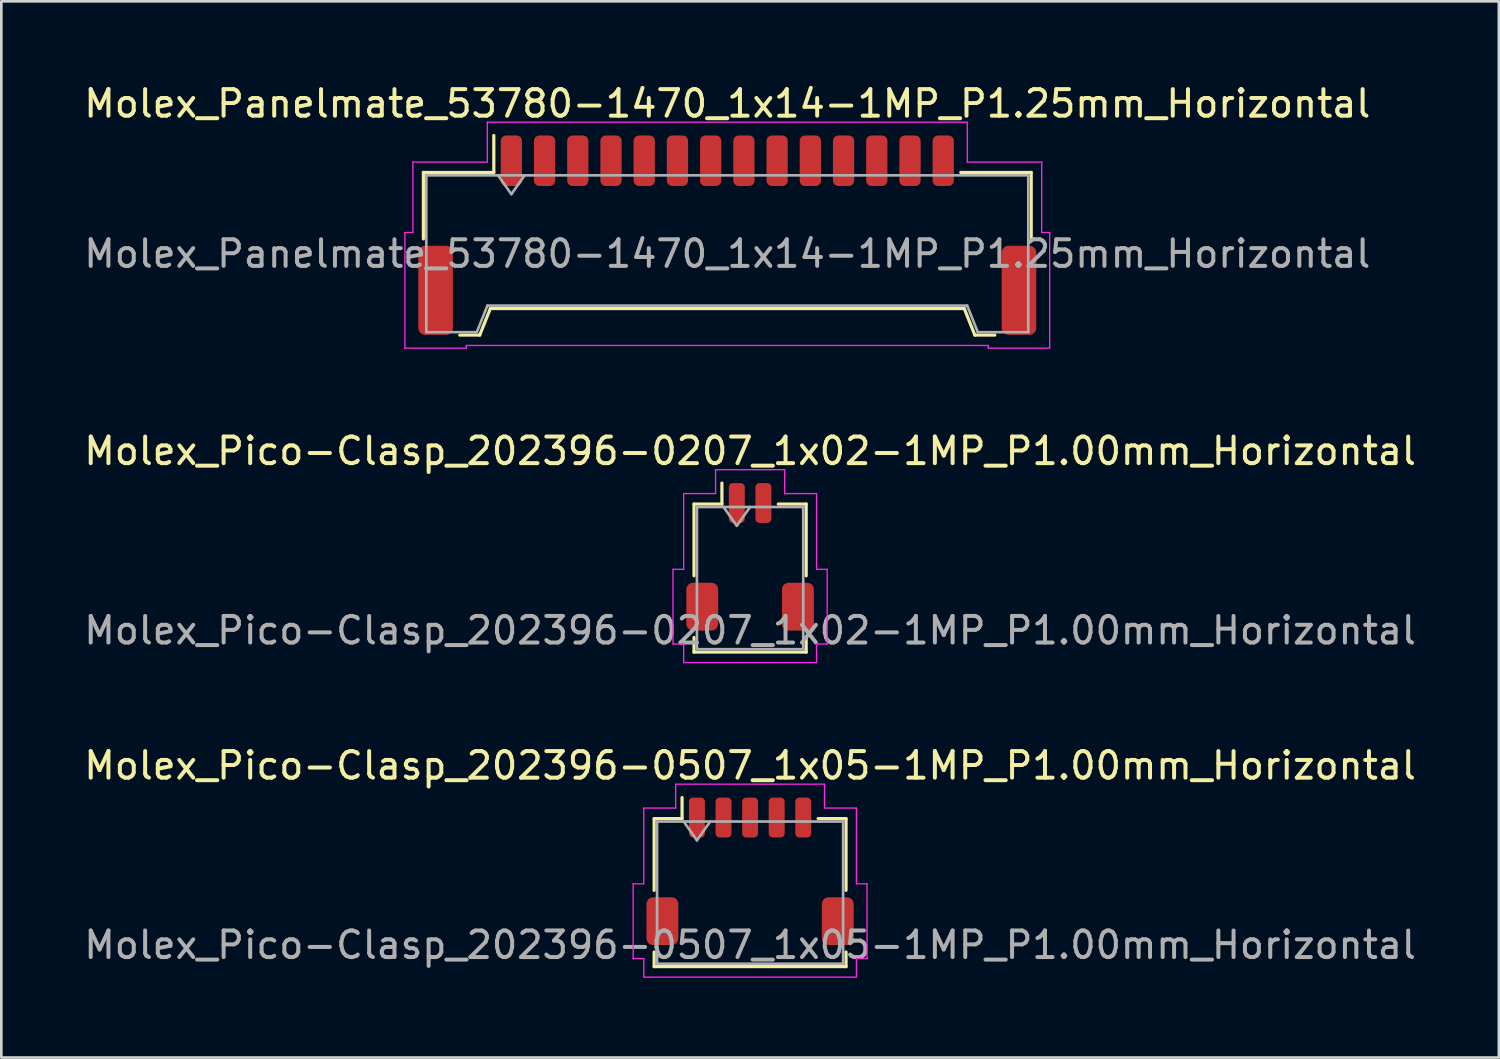
<source format=kicad_pcb>
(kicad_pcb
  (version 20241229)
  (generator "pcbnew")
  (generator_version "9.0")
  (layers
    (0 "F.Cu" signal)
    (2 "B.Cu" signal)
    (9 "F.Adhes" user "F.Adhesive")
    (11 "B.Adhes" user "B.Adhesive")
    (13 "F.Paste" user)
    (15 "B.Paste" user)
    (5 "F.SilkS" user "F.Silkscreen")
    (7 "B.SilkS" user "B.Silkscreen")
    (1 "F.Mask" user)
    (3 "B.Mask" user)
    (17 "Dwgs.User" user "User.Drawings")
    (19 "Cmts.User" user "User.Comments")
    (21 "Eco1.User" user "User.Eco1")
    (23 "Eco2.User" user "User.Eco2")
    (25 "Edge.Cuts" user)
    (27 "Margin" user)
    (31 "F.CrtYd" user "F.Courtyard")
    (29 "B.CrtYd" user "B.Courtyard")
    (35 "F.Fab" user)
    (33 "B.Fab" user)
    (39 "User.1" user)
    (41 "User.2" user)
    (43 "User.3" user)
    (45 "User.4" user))
  (footprint "Molex_Panelmate_53780-1470_1x14-1MP_P1.25mm_Horizontal"
    (layer "F.Cu")
    (at 24.315 5.798)
    (property "Reference" "Molex_Panelmate_53780-1470_1x14-1MP_P1.25mm_Horizontal" (at 0 -4.95 0) (layer "F.SilkS") (effects (font (size 1 1) (thickness 0.15))))
    (attr smd)
    (fp_line (start -11.435 -2.36) (end -8.785 -2.36) (stroke (width 0.12) (type solid)) (layer "F.SilkS"))
    (fp_line (start -11.435 0.14) (end -11.435 -2.36) (stroke (width 0.12) (type solid)) (layer "F.SilkS"))
    (fp_line (start -10.065 3.76) (end -9.315 3.76) (stroke (width 0.12) (type solid)) (layer "F.SilkS"))
    (fp_line (start -9.315 3.76) (end -8.915 2.76) (stroke (width 0.12) (type solid)) (layer "F.SilkS"))
    (fp_line (start -8.915 2.76) (end 8.915 2.76) (stroke (width 0.12) (type solid)) (layer "F.SilkS"))
    (fp_line (start -8.785 -2.36) (end -8.785 -3.75) (stroke (width 0.12) (type solid)) (layer "F.SilkS"))
    (fp_line (start 8.915 2.76) (end 9.315 3.76) (stroke (width 0.12) (type solid)) (layer "F.SilkS"))
    (fp_line (start 9.315 3.76) (end 10.065 3.76) (stroke (width 0.12) (type solid)) (layer "F.SilkS"))
    (fp_line (start 11.435 -2.36) (end 8.785 -2.36) (stroke (width 0.12) (type solid)) (layer "F.SilkS"))
    (fp_line (start 11.435 0.14) (end 11.435 -2.36) (stroke (width 0.12) (type solid)) (layer "F.SilkS"))
    (fp_line (start -12.13 -0.1) (end -11.83 -0.1) (stroke (width 0.05) (type solid)) (layer "F.CrtYd"))
    (fp_line (start -12.13 4.25) (end -12.13 -0.1) (stroke (width 0.05) (type solid)) (layer "F.CrtYd"))
    (fp_line (start -11.83 -2.75) (end -9.03 -2.75) (stroke (width 0.05) (type solid)) (layer "F.CrtYd"))
    (fp_line (start -11.83 -0.1) (end -11.83 -2.75) (stroke (width 0.05) (type solid)) (layer "F.CrtYd"))
    (fp_line (start -9.82 4.15) (end -9.82 4.25) (stroke (width 0.05) (type solid)) (layer "F.CrtYd"))
    (fp_line (start -9.82 4.25) (end -12.13 4.25) (stroke (width 0.05) (type solid)) (layer "F.CrtYd"))
    (fp_line (start -9.03 -4.25) (end 9.03 -4.25) (stroke (width 0.05) (type solid)) (layer "F.CrtYd"))
    (fp_line (start -9.03 -2.75) (end -9.03 -4.25) (stroke (width 0.05) (type solid)) (layer "F.CrtYd"))
    (fp_line (start 9.03 -4.25) (end 9.03 -2.75) (stroke (width 0.05) (type solid)) (layer "F.CrtYd"))
    (fp_line (start 9.03 -2.75) (end 11.83 -2.75) (stroke (width 0.05) (type solid)) (layer "F.CrtYd"))
    (fp_line (start 9.82 4.15) (end -9.82 4.15) (stroke (width 0.05) (type solid)) (layer "F.CrtYd"))
    (fp_line (start 9.82 4.25) (end 9.82 4.15) (stroke (width 0.05) (type solid)) (layer "F.CrtYd"))
    (fp_line (start 11.83 -2.75) (end 11.83 -0.1) (stroke (width 0.05) (type solid)) (layer "F.CrtYd"))
    (fp_line (start 11.83 -0.1) (end 12.13 -0.1) (stroke (width 0.05) (type solid)) (layer "F.CrtYd"))
    (fp_line (start 12.13 -0.1) (end 12.13 4.25) (stroke (width 0.05) (type solid)) (layer "F.CrtYd"))
    (fp_line (start 12.13 4.25) (end 9.82 4.25) (stroke (width 0.05) (type solid)) (layer "F.CrtYd"))
    (fp_line (start -11.325 -2.25) (end -11.325 3.65) (stroke (width 0.1) (type solid)) (layer "F.Fab"))
    (fp_line (start -11.325 -2.25) (end 11.325 -2.25) (stroke (width 0.1) (type solid)) (layer "F.Fab"))
    (fp_line (start -11.325 3.65) (end -9.425 3.65) (stroke (width 0.1) (type solid)) (layer "F.Fab"))
    (fp_line (start -9.425 3.65) (end -9.025 2.65) (stroke (width 0.1) (type solid)) (layer "F.Fab"))
    (fp_line (start -9.025 2.65) (end 9.025 2.65) (stroke (width 0.1) (type solid)) (layer "F.Fab"))
    (fp_line (start -8.625 -2.25) (end -8.125 -1.543) (stroke (width 0.1) (type solid)) (layer "F.Fab"))
    (fp_line (start -8.125 -1.543) (end -7.625 -2.25) (stroke (width 0.1) (type solid)) (layer "F.Fab"))
    (fp_line (start 9.025 2.65) (end 9.425 3.65) (stroke (width 0.1) (type solid)) (layer "F.Fab"))
    (fp_line (start 9.425 3.65) (end 11.325 3.65) (stroke (width 0.1) (type solid)) (layer "F.Fab"))
    (fp_line (start 11.325 -2.25) (end 11.325 3.65) (stroke (width 0.1) (type solid)) (layer "F.Fab"))
    (fp_text user "${REFERENCE}" (at 0 0.7 0) (layer "F.Fab") (effects (font (size 1 1) (thickness 0.15))))
    (pad "1" smd roundrect (at -8.125 -2.8) (size 0.8 1.9) (layers "F.Cu" "F.Mask" "F.Paste") (roundrect_rratio 0.25))
    (pad "2" smd roundrect (at -6.875 -2.8) (size 0.8 1.9) (layers "F.Cu" "F.Mask" "F.Paste") (roundrect_rratio 0.25))
    (pad "3" smd roundrect (at -5.625 -2.8) (size 0.8 1.9) (layers "F.Cu" "F.Mask" "F.Paste") (roundrect_rratio 0.25))
    (pad "4" smd roundrect (at -4.375 -2.8) (size 0.8 1.9) (layers "F.Cu" "F.Mask" "F.Paste") (roundrect_rratio 0.25))
    (pad "5" smd roundrect (at -3.125 -2.8) (size 0.8 1.9) (layers "F.Cu" "F.Mask" "F.Paste") (roundrect_rratio 0.25))
    (pad "6" smd roundrect (at -1.875 -2.8) (size 0.8 1.9) (layers "F.Cu" "F.Mask" "F.Paste") (roundrect_rratio 0.25))
    (pad "7" smd roundrect (at -0.625 -2.8) (size 0.8 1.9) (layers "F.Cu" "F.Mask" "F.Paste") (roundrect_rratio 0.25))
    (pad "8" smd roundrect (at 0.625 -2.8) (size 0.8 1.9) (layers "F.Cu" "F.Mask" "F.Paste") (roundrect_rratio 0.25))
    (pad "9" smd roundrect (at 1.875 -2.8) (size 0.8 1.9) (layers "F.Cu" "F.Mask" "F.Paste") (roundrect_rratio 0.25))
    (pad "10" smd roundrect (at 3.125 -2.8) (size 0.8 1.9) (layers "F.Cu" "F.Mask" "F.Paste") (roundrect_rratio 0.25))
    (pad "11" smd roundrect (at 4.375 -2.8) (size 0.8 1.9) (layers "F.Cu" "F.Mask" "F.Paste") (roundrect_rratio 0.25))
    (pad "12" smd roundrect (at 5.625 -2.8) (size 0.8 1.9) (layers "F.Cu" "F.Mask" "F.Paste") (roundrect_rratio 0.25))
    (pad "13" smd roundrect (at 6.875 -2.8) (size 0.8 1.9) (layers "F.Cu" "F.Mask" "F.Paste") (roundrect_rratio 0.25))
    (pad "14" smd roundrect (at 8.125 -2.8) (size 0.8 1.9) (layers "F.Cu" "F.Mask" "F.Paste") (roundrect_rratio 0.25))
    (pad "MP" smd roundrect (at -10.975 2.075) (size 1.3 3.35) (layers "F.Cu" "F.Mask" "F.Paste") (roundrect_rratio 0.192))
    (pad "MP" smd roundrect (at 10.975 2.075) (size 1.3 3.35) (layers "F.Cu" "F.Mask" "F.Paste") (roundrect_rratio 0.192)))
  (footprint "Molex_Pico-Clasp_202396-0507_1x05-1MP_P1.00mm_Horizontal"
    (layer "F.Cu")
    (at 25.173 29.735)
    (property "Reference" "Molex_Pico-Clasp_202396-0507_1x05-1MP_P1.00mm_Horizontal" (at 0 -3.98 0) (layer "F.SilkS") (effects (font (size 1 1) (thickness 0.15))))
    (attr smd)
    (fp_line (start -3.61 -1.985) (end -2.56 -1.985) (stroke (width 0.12) (type solid)) (layer "F.SilkS"))
    (fp_line (start -3.61 0.715) (end -3.61 -1.985) (stroke (width 0.12) (type solid)) (layer "F.SilkS"))
    (fp_line (start -3.61 3.035) (end -3.61 3.585) (stroke (width 0.12) (type solid)) (layer "F.SilkS"))
    (fp_line (start -3.61 3.585) (end 3.61 3.585) (stroke (width 0.12) (type solid)) (layer "F.SilkS"))
    (fp_line (start -2.56 -1.985) (end -2.56 -2.775) (stroke (width 0.12) (type solid)) (layer "F.SilkS"))
    (fp_line (start 3.61 -1.985) (end 2.56 -1.985) (stroke (width 0.12) (type solid)) (layer "F.SilkS"))
    (fp_line (start 3.61 0.715) (end 3.61 -1.985) (stroke (width 0.12) (type solid)) (layer "F.SilkS"))
    (fp_line (start 3.61 3.585) (end 3.61 3.035) (stroke (width 0.12) (type solid)) (layer "F.SilkS"))
    (fp_line (start -4.4 0.47) (end -4 0.47) (stroke (width 0.05) (type solid)) (layer "F.CrtYd"))
    (fp_line (start -4.4 3.28) (end -4.4 0.47) (stroke (width 0.05) (type solid)) (layer "F.CrtYd"))
    (fp_line (start -4 -2.38) (end -2.8 -2.38) (stroke (width 0.05) (type solid)) (layer "F.CrtYd"))
    (fp_line (start -4 0.47) (end -4 -2.38) (stroke (width 0.05) (type solid)) (layer "F.CrtYd"))
    (fp_line (start -4 3.28) (end -4.4 3.28) (stroke (width 0.05) (type solid)) (layer "F.CrtYd"))
    (fp_line (start -4 3.98) (end -4 3.28) (stroke (width 0.05) (type solid)) (layer "F.CrtYd"))
    (fp_line (start -2.8 -3.28) (end 2.8 -3.28) (stroke (width 0.05) (type solid)) (layer "F.CrtYd"))
    (fp_line (start -2.8 -2.38) (end -2.8 -3.28) (stroke (width 0.05) (type solid)) (layer "F.CrtYd"))
    (fp_line (start 2.8 -3.28) (end 2.8 -2.38) (stroke (width 0.05) (type solid)) (layer "F.CrtYd"))
    (fp_line (start 2.8 -2.38) (end 4 -2.38) (stroke (width 0.05) (type solid)) (layer "F.CrtYd"))
    (fp_line (start 4 -2.38) (end 4 0.47) (stroke (width 0.05) (type solid)) (layer "F.CrtYd"))
    (fp_line (start 4 0.47) (end 4.4 0.47) (stroke (width 0.05) (type solid)) (layer "F.CrtYd"))
    (fp_line (start 4 3.28) (end 4 3.98) (stroke (width 0.05) (type solid)) (layer "F.CrtYd"))
    (fp_line (start 4 3.98) (end -4 3.98) (stroke (width 0.05) (type solid)) (layer "F.CrtYd"))
    (fp_line (start 4.4 0.47) (end 4.4 3.28) (stroke (width 0.05) (type solid)) (layer "F.CrtYd"))
    (fp_line (start 4.4 3.28) (end 4 3.28) (stroke (width 0.05) (type solid)) (layer "F.CrtYd"))
    (fp_line (start -3.5 -1.875) (end -3.5 3.475) (stroke (width 0.1) (type solid)) (layer "F.Fab"))
    (fp_line (start -3.5 -1.875) (end 3.5 -1.875) (stroke (width 0.1) (type solid)) (layer "F.Fab"))
    (fp_line (start -3.5 3.475) (end 3.5 3.475) (stroke (width 0.1) (type solid)) (layer "F.Fab"))
    (fp_line (start -2.5 -1.875) (end -2 -1.168) (stroke (width 0.1) (type solid)) (layer "F.Fab"))
    (fp_line (start -2 -1.168) (end -1.5 -1.875) (stroke (width 0.1) (type solid)) (layer "F.Fab"))
    (fp_line (start 3.5 -1.875) (end 3.5 3.475) (stroke (width 0.1) (type solid)) (layer "F.Fab"))
    (fp_text user "${REFERENCE}" (at 0 2.77 0) (layer "F.Fab") (effects (font (size 1 1) (thickness 0.15))))
    (pad "1" smd roundrect (at -2 -2.025) (size 0.6 1.5) (layers "F.Cu" "F.Mask" "F.Paste") (roundrect_rratio 0.25))
    (pad "2" smd roundrect (at -1 -2.025) (size 0.6 1.5) (layers "F.Cu" "F.Mask" "F.Paste") (roundrect_rratio 0.25))
    (pad "3" smd roundrect (at 0 -2.025) (size 0.6 1.5) (layers "F.Cu" "F.Mask" "F.Paste") (roundrect_rratio 0.25))
    (pad "4" smd roundrect (at 1 -2.025) (size 0.6 1.5) (layers "F.Cu" "F.Mask" "F.Paste") (roundrect_rratio 0.25))
    (pad "5" smd roundrect (at 2 -2.025) (size 0.6 1.5) (layers "F.Cu" "F.Mask" "F.Paste") (roundrect_rratio 0.25))
    (pad "MP" smd roundrect (at -3.3 1.875) (size 1.2 1.8) (layers "F.Cu" "F.Mask" "F.Paste") (roundrect_rratio 0.208))
    (pad "MP" smd roundrect (at 3.3 1.875) (size 1.2 1.8) (layers "F.Cu" "F.Mask" "F.Paste") (roundrect_rratio 0.208)))
  (footprint "Molex_Pico-Clasp_202396-0207_1x02-1MP_P1.00mm_Horizontal"
    (layer "F.Cu")
    (at 25.173 17.901)
    (property "Reference" "Molex_Pico-Clasp_202396-0207_1x02-1MP_P1.00mm_Horizontal" (at 0 -3.98 0) (layer "F.SilkS") (effects (font (size 1 1) (thickness 0.15))))
    (attr smd)
    (fp_line (start -2.11 -1.985) (end -1.06 -1.985) (stroke (width 0.12) (type solid)) (layer "F.SilkS"))
    (fp_line (start -2.11 0.715) (end -2.11 -1.985) (stroke (width 0.12) (type solid)) (layer "F.SilkS"))
    (fp_line (start -2.11 3.035) (end -2.11 3.585) (stroke (width 0.12) (type solid)) (layer "F.SilkS"))
    (fp_line (start -2.11 3.585) (end 2.11 3.585) (stroke (width 0.12) (type solid)) (layer "F.SilkS"))
    (fp_line (start -1.06 -1.985) (end -1.06 -2.775) (stroke (width 0.12) (type solid)) (layer "F.SilkS"))
    (fp_line (start 2.11 -1.985) (end 1.06 -1.985) (stroke (width 0.12) (type solid)) (layer "F.SilkS"))
    (fp_line (start 2.11 0.715) (end 2.11 -1.985) (stroke (width 0.12) (type solid)) (layer "F.SilkS"))
    (fp_line (start 2.11 3.585) (end 2.11 3.035) (stroke (width 0.12) (type solid)) (layer "F.SilkS"))
    (fp_line (start -2.9 0.47) (end -2.5 0.47) (stroke (width 0.05) (type solid)) (layer "F.CrtYd"))
    (fp_line (start -2.9 3.28) (end -2.9 0.47) (stroke (width 0.05) (type solid)) (layer "F.CrtYd"))
    (fp_line (start -2.5 -2.38) (end -1.3 -2.38) (stroke (width 0.05) (type solid)) (layer "F.CrtYd"))
    (fp_line (start -2.5 0.47) (end -2.5 -2.38) (stroke (width 0.05) (type solid)) (layer "F.CrtYd"))
    (fp_line (start -2.5 3.28) (end -2.9 3.28) (stroke (width 0.05) (type solid)) (layer "F.CrtYd"))
    (fp_line (start -2.5 3.98) (end -2.5 3.28) (stroke (width 0.05) (type solid)) (layer "F.CrtYd"))
    (fp_line (start -1.3 -3.28) (end 1.3 -3.28) (stroke (width 0.05) (type solid)) (layer "F.CrtYd"))
    (fp_line (start -1.3 -2.38) (end -1.3 -3.28) (stroke (width 0.05) (type solid)) (layer "F.CrtYd"))
    (fp_line (start 1.3 -3.28) (end 1.3 -2.38) (stroke (width 0.05) (type solid)) (layer "F.CrtYd"))
    (fp_line (start 1.3 -2.38) (end 2.5 -2.38) (stroke (width 0.05) (type solid)) (layer "F.CrtYd"))
    (fp_line (start 2.5 -2.38) (end 2.5 0.47) (stroke (width 0.05) (type solid)) (layer "F.CrtYd"))
    (fp_line (start 2.5 0.47) (end 2.9 0.47) (stroke (width 0.05) (type solid)) (layer "F.CrtYd"))
    (fp_line (start 2.5 3.28) (end 2.5 3.98) (stroke (width 0.05) (type solid)) (layer "F.CrtYd"))
    (fp_line (start 2.5 3.98) (end -2.5 3.98) (stroke (width 0.05) (type solid)) (layer "F.CrtYd"))
    (fp_line (start 2.9 0.47) (end 2.9 3.28) (stroke (width 0.05) (type solid)) (layer "F.CrtYd"))
    (fp_line (start 2.9 3.28) (end 2.5 3.28) (stroke (width 0.05) (type solid)) (layer "F.CrtYd"))
    (fp_line (start -2 -1.875) (end -2 3.475) (stroke (width 0.1) (type solid)) (layer "F.Fab"))
    (fp_line (start -2 -1.875) (end 2 -1.875) (stroke (width 0.1) (type solid)) (layer "F.Fab"))
    (fp_line (start -2 3.475) (end 2 3.475) (stroke (width 0.1) (type solid)) (layer "F.Fab"))
    (fp_line (start -1 -1.875) (end -0.5 -1.168) (stroke (width 0.1) (type solid)) (layer "F.Fab"))
    (fp_line (start -0.5 -1.168) (end 0 -1.875) (stroke (width 0.1) (type solid)) (layer "F.Fab"))
    (fp_line (start 2 -1.875) (end 2 3.475) (stroke (width 0.1) (type solid)) (layer "F.Fab"))
    (fp_text user "${REFERENCE}" (at 0 2.77 0) (layer "F.Fab") (effects (font (size 1 1) (thickness 0.15))))
    (pad "1" smd roundrect (at -0.5 -2.025) (size 0.6 1.5) (layers "F.Cu" "F.Mask" "F.Paste") (roundrect_rratio 0.25))
    (pad "2" smd roundrect (at 0.5 -2.025) (size 0.6 1.5) (layers "F.Cu" "F.Mask" "F.Paste") (roundrect_rratio 0.25))
    (pad "MP" smd roundrect (at -1.8 1.875) (size 1.2 1.8) (layers "F.Cu" "F.Mask" "F.Paste") (roundrect_rratio 0.208))
    (pad "MP" smd roundrect (at 1.8 1.875) (size 1.2 1.8) (layers "F.Cu" "F.Mask" "F.Paste") (roundrect_rratio 0.208)))
  (gr_rect
    (start -3 -3)
    (end 53.345 36.74)
    (stroke (width 0.1) (type default))
    (fill no)
    (layer "Edge.Cuts")))
</source>
